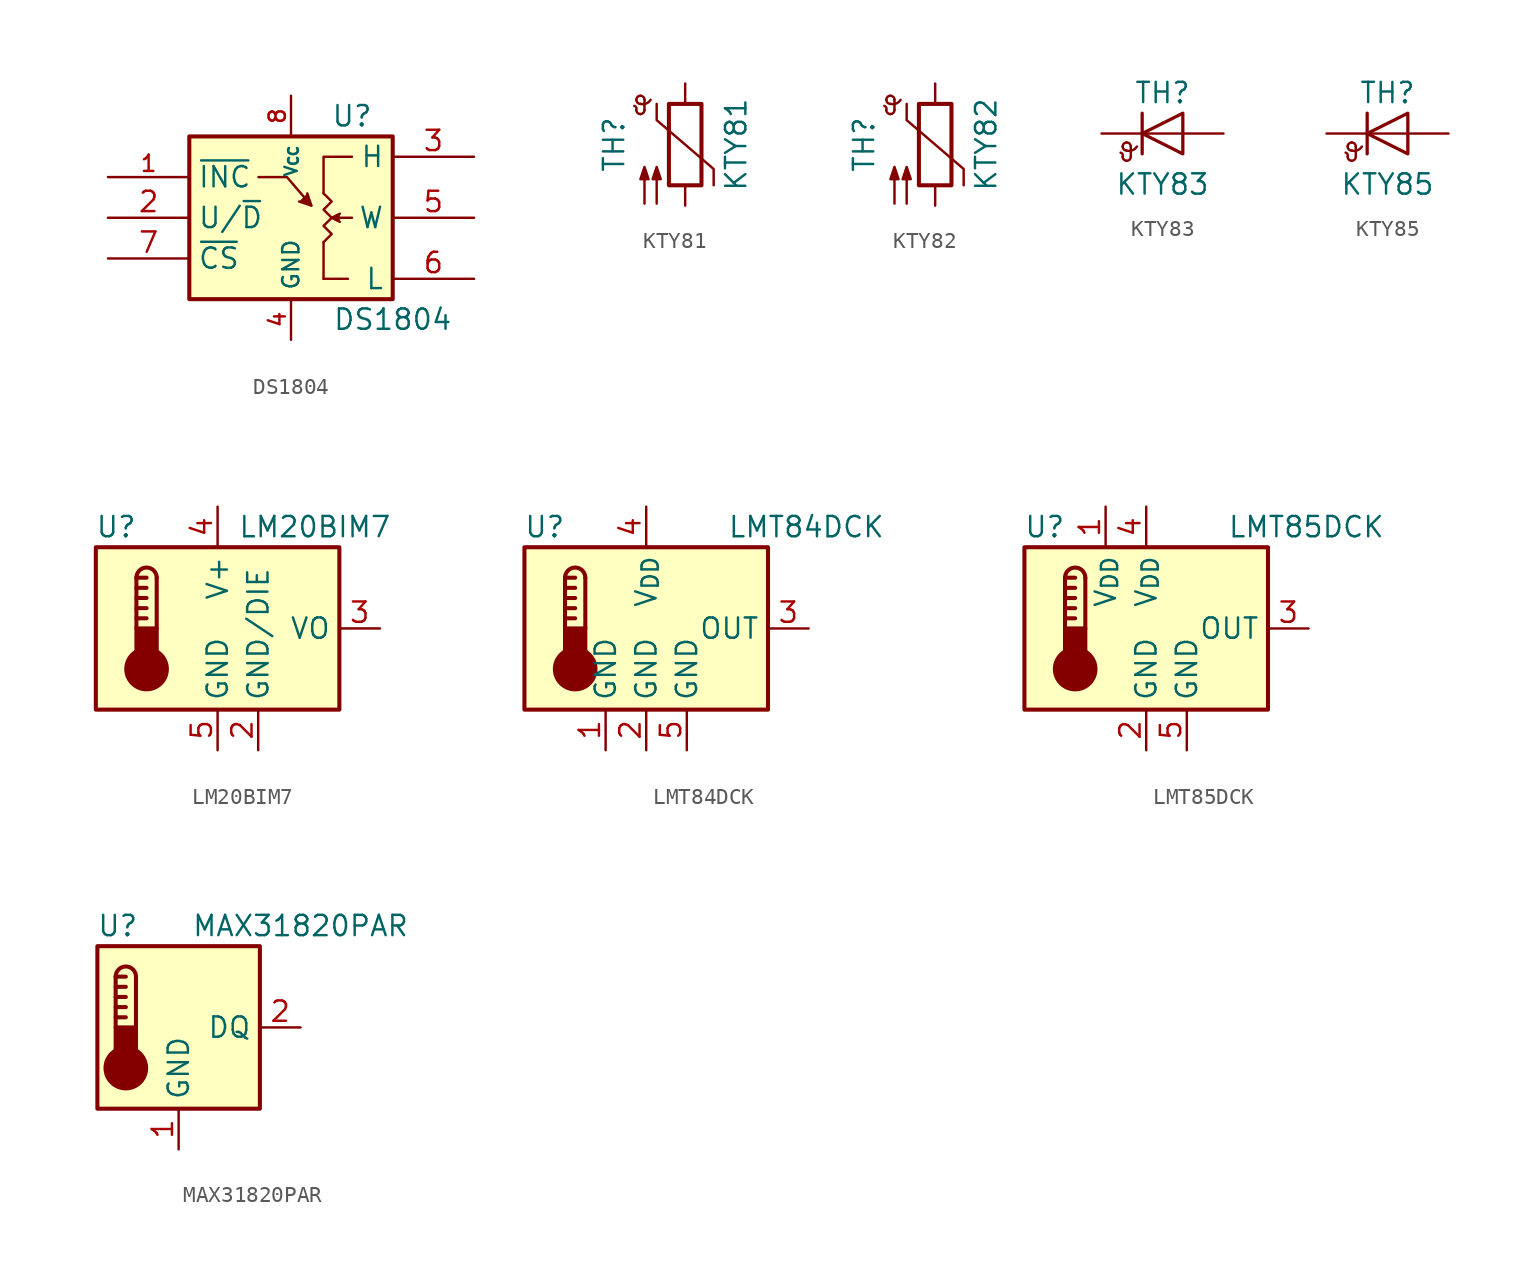
<source format=kicad_sym>
(kicad_symbol_lib
  (version 20241209)
  (generator "kicad_symbol_editor")
  (generator_version "9.0")
  (symbol "DS1804"
    (property "Reference" "U"
      (at 3.81 6.35 0)
      (effects (font (size 1.27 1.27))))
    (property "Value" "DS1804"
      (at 6.35 -6.35 0)
      (effects (font (size 1.27 1.27))))
    (symbol "DS1804_0_1"
      (rectangle (start -6.35 5.08) (end 6.35 -5.08) (stroke (width 0.254) (type default)) (fill (type background)))
      (polyline (pts (xy -2.032 2.54) (xy -0.254 2.54) (xy 1.27 0.762)) (stroke (width 0) (type default)) (fill (type none)))
      (polyline (pts (xy 1.016 1.524) (xy 1.27 0.762) (xy 0.508 1.016)) (stroke (width 0) (type default)) (fill (type outline)))
      (polyline (pts (xy 2.032 1.524) (xy 2.032 3.81) (xy 3.81 3.81)) (stroke (width 0) (type default)) (fill (type none)))
      (polyline (pts (xy 2.032 -1.524) (xy 2.032 -3.81)) (stroke (width 0) (type default)) (fill (type none)))
      (polyline (pts (xy 2.54 0) (xy 2.032 0.508) (xy 2.54 1.016) (xy 2.032 1.524)) (stroke (width 0) (type default)) (fill (type none)))
      (polyline (pts (xy 2.54 0) (xy 2.032 -0.508) (xy 2.54 -1.016) (xy 2.032 -1.524)) (stroke (width 0) (type default)) (fill (type none)))
      (polyline (pts (xy 3.048 -0.254) (xy 2.54 0) (xy 3.048 0.254)) (stroke (width 0) (type default)) (fill (type outline)))
      (polyline (pts (xy 3.556 -3.81) (xy 2.032 -3.81)) (stroke (width 0) (type default)) (fill (type none)))
      (polyline (pts (xy 3.81 0) (xy 3.048 0)) (stroke (width 0) (type default)) (fill (type none))))
    (symbol "DS1804_1_1"
      (pin input line (at -11.43 2.54 0) (length 5.08) (name "~{INC}" (effects (font (size 1.27 1.27)))) (number "1" (effects (font (size 1.016 1.016)))))
      (pin input line (at -11.43 0 0) (length 5.08) (name "U/~{D}" (effects (font (size 1.27 1.27)))) (number "2" (effects (font (size 1.27 1.27)))))
      (pin input line (at -11.43 -2.54 0) (length 5.08) (name "~{CS}" (effects (font (size 1.27 1.27)))) (number "7" (effects (font (size 1.27 1.27)))))
      (pin power_in line (at 0 7.62 270) (length 2.54) (name "V_{CC}" (effects (font (size 0.762 0.762)))) (number "8" (effects (font (size 1.016 1.016)))))
      (pin power_in line (at 0 -7.62 90) (length 2.54) (name "GND" (effects (font (size 1.016 1.016)))) (number "4" (effects (font (size 1.016 1.016)))))
      (pin passive line (at 11.43 3.81 180) (length 5.08) (name "H" (effects (font (size 1.27 1.27)))) (number "3" (effects (font (size 1.27 1.27)))))
      (pin passive line (at 11.43 0 180) (length 5.08) (name "W" (effects (font (size 1.27 1.27)))) (number "5" (effects (font (size 1.27 1.27)))))
      (pin passive line (at 11.43 -3.81 180) (length 5.08) (name "L" (effects (font (size 1.27 1.27)))) (number "6" (effects (font (size 1.27 1.27)))))))
  (symbol "KTY81"
    (pin_numbers
      (hide yes))
    (pin_names
      (offset 0))
    (property "Reference" "TH"
      (at -4.445 0 90)
      (effects (font (size 1.27 1.27))))
    (property "Value" "KTY81"
      (at 3.175 0 90)
      (effects (font (size 1.27 1.27))))
    (symbol "KTY81_0_1"
      (arc (start -3.175 2.413) (mid -3.0506 2.3165) (end -3.048 2.159) (stroke (width 0) (type default)) (fill (type none)))
      (arc (start -3.048 2.794) (mid -2.9736 2.9736) (end -2.794 3.048) (stroke (width 0) (type default)) (fill (type none)))
      (arc (start -2.794 3.048) (mid -2.6144 2.9736) (end -2.54 2.794) (stroke (width 0) (type default)) (fill (type none)))
      (arc (start -2.794 2.54) (mid -2.9736 2.6144) (end -3.048 2.794) (stroke (width 0) (type default)) (fill (type none)))
      (arc (start -2.794 1.905) (mid -2.9736 1.9794) (end -3.048 2.159) (stroke (width 0) (type default)) (fill (type none)))
      (arc (start -2.54 2.159) (mid -2.6144 1.9794) (end -2.794 1.905) (stroke (width 0) (type default)) (fill (type none)))
      (arc (start -2.159 2.794) (mid -2.434 2.5608) (end -2.794 2.54) (stroke (width 0) (type default)) (fill (type none)))
      (polyline (pts (xy -2.54 2.159) (xy -2.54 2.794)) (stroke (width 0) (type default)) (fill (type none)))
      (polyline (pts (xy -2.54 -3.683) (xy -2.54 -1.397) (xy -2.794 -2.159) (xy -2.286 -2.159) (xy -2.54 -1.397) (xy -2.54 -1.651)) (stroke (width 0) (type default)) (fill (type outline)))
      (polyline (pts (xy -1.778 2.54) (xy -1.778 1.524) (xy 1.778 -1.524) (xy 1.778 -2.54)) (stroke (width 0) (type default)) (fill (type none)))
      (polyline (pts (xy -1.778 -3.683) (xy -1.778 -1.397) (xy -2.032 -2.159) (xy -1.524 -2.159) (xy -1.778 -1.397) (xy -1.778 -1.651)) (stroke (width 0) (type default)) (fill (type outline)))
      (rectangle (start -1.016 2.54) (end 1.016 -2.54) (stroke (width 0.254) (type default)) (fill (type none))))
    (symbol "KTY81_1_1"
      (pin passive line (at 0 3.81 270) (length 1.27) (name "~" (effects (font (size 1.27 1.27)))) (number "1" (effects (font (size 1.27 1.27)))))
      (pin passive line (at 0 -3.81 90) (length 1.27) (name "~" (effects (font (size 1.27 1.27)))) (number "2" (effects (font (size 1.27 1.27)))))))
  (symbol "KTY82"
    (pin_numbers
      (hide yes))
    (pin_names
      (offset 0))
    (property "Reference" "TH"
      (at -4.445 0 90)
      (effects (font (size 1.27 1.27))))
    (property "Value" "KTY82"
      (at 3.175 0 90)
      (effects (font (size 1.27 1.27))))
    (symbol "KTY82_0_1"
      (arc (start -3.175 2.413) (mid -3.0506 2.3165) (end -3.048 2.159) (stroke (width 0) (type default)) (fill (type none)))
      (arc (start -3.048 2.794) (mid -2.9736 2.9736) (end -2.794 3.048) (stroke (width 0) (type default)) (fill (type none)))
      (arc (start -2.794 3.048) (mid -2.6144 2.9736) (end -2.54 2.794) (stroke (width 0) (type default)) (fill (type none)))
      (arc (start -2.794 2.54) (mid -2.9736 2.6144) (end -3.048 2.794) (stroke (width 0) (type default)) (fill (type none)))
      (arc (start -2.794 1.905) (mid -2.9736 1.9794) (end -3.048 2.159) (stroke (width 0) (type default)) (fill (type none)))
      (arc (start -2.54 2.159) (mid -2.6144 1.9794) (end -2.794 1.905) (stroke (width 0) (type default)) (fill (type none)))
      (arc (start -2.159 2.794) (mid -2.434 2.5608) (end -2.794 2.54) (stroke (width 0) (type default)) (fill (type none)))
      (polyline (pts (xy -2.54 2.159) (xy -2.54 2.794)) (stroke (width 0) (type default)) (fill (type none)))
      (polyline (pts (xy -2.54 -3.683) (xy -2.54 -1.397) (xy -2.794 -2.159) (xy -2.286 -2.159) (xy -2.54 -1.397) (xy -2.54 -1.651)) (stroke (width 0) (type default)) (fill (type outline)))
      (polyline (pts (xy -1.778 2.54) (xy -1.778 1.524) (xy 1.778 -1.524) (xy 1.778 -2.54)) (stroke (width 0) (type default)) (fill (type none)))
      (polyline (pts (xy -1.778 -3.683) (xy -1.778 -1.397) (xy -2.032 -2.159) (xy -1.524 -2.159) (xy -1.778 -1.397) (xy -1.778 -1.651)) (stroke (width 0) (type default)) (fill (type outline)))
      (rectangle (start -1.016 2.54) (end 1.016 -2.54) (stroke (width 0.254) (type default)) (fill (type none))))
    (symbol "KTY82_1_1"
      (pin passive line (at 0 3.81 270) (length 1.27) (name "~" (effects (font (size 1.27 1.27)))) (number "1" (effects (font (size 1.27 1.27)))))
      (pin passive line (at 0 -3.81 90) (length 1.27) (name "~" (effects (font (size 1.27 1.27)))) (number "2" (effects (font (size 1.27 1.27)))))))
  (symbol "KTY83"
    (pin_numbers
      (hide yes))
    (pin_names
      (offset 0)
      (hide yes))
    (property "Reference" "TH"
      (at 0 2.54 0)
      (effects (font (size 1.27 1.27))))
    (property "Value" "KTY83"
      (at 0 -3.175 0)
      (effects (font (size 1.27 1.27))))
    (symbol "KTY83_0_1"
      (arc (start -2.6162 -1.1938) (mid -2.4918 -1.2903) (end -2.4892 -1.4478) (stroke (width 0) (type default)) (fill (type none)))
      (arc (start -2.4892 -0.8128) (mid -2.4148 -0.6332) (end -2.2352 -0.5588) (stroke (width 0) (type default)) (fill (type none)))
      (arc (start -2.2352 -0.5588) (mid -2.0556 -0.6332) (end -1.9812 -0.8128) (stroke (width 0) (type default)) (fill (type none)))
      (arc (start -2.2352 -1.0668) (mid -2.4148 -0.9924) (end -2.4892 -0.8128) (stroke (width 0) (type default)) (fill (type none)))
      (arc (start -2.2352 -1.7018) (mid -2.4148 -1.6274) (end -2.4892 -1.4478) (stroke (width 0) (type default)) (fill (type none)))
      (arc (start -1.9812 -1.4478) (mid -2.0556 -1.6274) (end -2.2352 -1.7018) (stroke (width 0) (type default)) (fill (type none)))
      (arc (start -1.6002 -0.8128) (mid -1.8752 -1.046) (end -2.2352 -1.0668) (stroke (width 0) (type default)) (fill (type none)))
      (polyline (pts (xy -1.981 -1.422) (xy -1.981 -0.813)) (stroke (width 0) (type default)) (fill (type none)))
      (polyline (pts (xy -1.27 1.27) (xy -1.27 -1.27)) (stroke (width 0.203) (type default)) (fill (type none)))
      (polyline (pts (xy 1.27 0) (xy -1.27 0)) (stroke (width 0) (type default)) (fill (type none)))
      (polyline (pts (xy 1.27 -1.27) (xy 1.27 1.27) (xy -1.27 0) (xy 1.27 -1.27)) (stroke (width 0.203) (type default)) (fill (type none))))
    (symbol "KTY83_1_1"
      (pin passive line (at -3.81 0 0) (length 2.54) (name "K" (effects (font (size 1.27 1.27)))) (number "1" (effects (font (size 1.27 1.27)))))
      (pin passive line (at 3.81 0 180) (length 2.54) (name "A" (effects (font (size 1.27 1.27)))) (number "2" (effects (font (size 1.27 1.27)))))))
  (symbol "KTY85"
    (pin_numbers
      (hide yes))
    (pin_names
      (offset 0)
      (hide yes))
    (property "Reference" "TH"
      (at 0 2.54 0)
      (effects (font (size 1.27 1.27))))
    (property "Value" "KTY85"
      (at 0 -3.175 0)
      (effects (font (size 1.27 1.27))))
    (symbol "KTY85_0_1"
      (arc (start -2.6162 -1.1938) (mid -2.4918 -1.2903) (end -2.4892 -1.4478) (stroke (width 0) (type default)) (fill (type none)))
      (arc (start -2.4892 -0.8128) (mid -2.4148 -0.6332) (end -2.2352 -0.5588) (stroke (width 0) (type default)) (fill (type none)))
      (arc (start -2.2352 -0.5588) (mid -2.0556 -0.6332) (end -1.9812 -0.8128) (stroke (width 0) (type default)) (fill (type none)))
      (arc (start -2.2352 -1.0668) (mid -2.4148 -0.9924) (end -2.4892 -0.8128) (stroke (width 0) (type default)) (fill (type none)))
      (arc (start -2.2352 -1.7018) (mid -2.4148 -1.6274) (end -2.4892 -1.4478) (stroke (width 0) (type default)) (fill (type none)))
      (arc (start -1.9812 -1.4478) (mid -2.0556 -1.6274) (end -2.2352 -1.7018) (stroke (width 0) (type default)) (fill (type none)))
      (arc (start -1.6002 -0.8128) (mid -1.8752 -1.046) (end -2.2352 -1.0668) (stroke (width 0) (type default)) (fill (type none)))
      (polyline (pts (xy -1.981 -1.422) (xy -1.981 -0.813)) (stroke (width 0) (type default)) (fill (type none)))
      (polyline (pts (xy -1.27 1.27) (xy -1.27 -1.27)) (stroke (width 0.203) (type default)) (fill (type none)))
      (polyline (pts (xy 1.27 0) (xy -1.27 0)) (stroke (width 0) (type default)) (fill (type none)))
      (polyline (pts (xy 1.27 -1.27) (xy 1.27 1.27) (xy -1.27 0) (xy 1.27 -1.27)) (stroke (width 0.203) (type default)) (fill (type none))))
    (symbol "KTY85_1_1"
      (pin passive line (at -3.81 0 0) (length 2.54) (name "K" (effects (font (size 1.27 1.27)))) (number "1" (effects (font (size 1.27 1.27)))))
      (pin passive line (at 3.81 0 180) (length 2.54) (name "A" (effects (font (size 1.27 1.27)))) (number "2" (effects (font (size 1.27 1.27)))))))
  (symbol "LM20BIM7"
    (property "Reference" "U"
      (at -6.35 6.35 0)
      (effects (font (size 1.27 1.27))))
    (property "Value" "LM20BIM7"
      (at 1.27 6.35 0)
      (effects (font (size 1.27 1.27)) (justify left)))
    (symbol "LM20BIM7_0_1"
      (rectangle (start -7.62 5.08) (end 7.62 -5.08) (stroke (width 0.254) (type default)) (fill (type background)))
      (polyline (pts (xy -5.08 3.175) (xy -5.08 0)) (stroke (width 0.254) (type default)) (fill (type none)))
      (polyline (pts (xy -5.08 3.175) (xy -4.445 3.175)) (stroke (width 0.254) (type default)) (fill (type none)))
      (polyline (pts (xy -5.08 2.54) (xy -4.445 2.54)) (stroke (width 0.254) (type default)) (fill (type none)))
      (polyline (pts (xy -5.08 1.905) (xy -4.445 1.905)) (stroke (width 0.254) (type default)) (fill (type none)))
      (polyline (pts (xy -5.08 1.27) (xy -4.445 1.27)) (stroke (width 0.254) (type default)) (fill (type none)))
      (polyline (pts (xy -5.08 0.635) (xy -4.445 0.635)) (stroke (width 0.254) (type default)) (fill (type none)))
      (arc (start -5.08 3.175) (mid -4.445 3.8073) (end -3.81 3.175) (stroke (width 0.254) (type default)) (fill (type none)))
      (circle (center -4.445 -2.54) (radius 1.27) (stroke (width 0.254) (type default)) (fill (type outline)))
      (polyline (pts (xy -3.81 3.175) (xy -3.81 0)) (stroke (width 0.254) (type default)) (fill (type none)))
      (rectangle (start -3.81 -1.905) (end -5.08 0) (stroke (width 0.254) (type default)) (fill (type outline))))
    (symbol "LM20BIM7_1_1"
      (pin power_in line (at 0 7.62 270) (length 2.54) (name "V+" (effects (font (size 1.27 1.27)))) (number "4" (effects (font (size 1.27 1.27)))))
      (pin power_in line (at 0 -7.62 90) (length 2.54) (name "GND" (effects (font (size 1.27 1.27)))) (number "5" (effects (font (size 1.27 1.27)))))
      (pin passive line (at 2.54 -7.62 90) (length 2.54) (name "GND/DIE" (effects (font (size 1.27 1.27)))) (number "2" (effects (font (size 1.27 1.27)))))
      (pin no_connect line (at 5.08 -5.08 90) (length 2.54) (hide yes) (name "NC" (effects (font (size 1.27 1.27)))) (number "1" (effects (font (size 1.27 1.27)))))
      (pin output line (at 10.16 0 180) (length 2.54) (name "VO" (effects (font (size 1.27 1.27)))) (number "3" (effects (font (size 1.27 1.27)))))))
  (symbol "LMT84DCK"
    (property "Reference" "U"
      (at -6.35 6.35 0)
      (effects (font (size 1.27 1.27))))
    (property "Value" "LMT84DCK"
      (at 5.08 6.35 0)
      (effects (font (size 1.27 1.27)) (justify left)))
    (symbol "LMT84DCK_0_1"
      (rectangle (start -7.62 5.08) (end 7.62 -5.08) (stroke (width 0.254) (type default)) (fill (type background)))
      (polyline (pts (xy -5.08 3.175) (xy -5.08 0)) (stroke (width 0.254) (type default)) (fill (type none)))
      (polyline (pts (xy -5.08 3.175) (xy -4.445 3.175)) (stroke (width 0.254) (type default)) (fill (type none)))
      (polyline (pts (xy -5.08 2.54) (xy -4.445 2.54)) (stroke (width 0.254) (type default)) (fill (type none)))
      (polyline (pts (xy -5.08 1.905) (xy -4.445 1.905)) (stroke (width 0.254) (type default)) (fill (type none)))
      (polyline (pts (xy -5.08 1.27) (xy -4.445 1.27)) (stroke (width 0.254) (type default)) (fill (type none)))
      (polyline (pts (xy -5.08 0.635) (xy -4.445 0.635)) (stroke (width 0.254) (type default)) (fill (type none)))
      (arc (start -5.08 3.175) (mid -4.445 3.8073) (end -3.81 3.175) (stroke (width 0.254) (type default)) (fill (type none)))
      (circle (center -4.445 -2.54) (radius 1.27) (stroke (width 0.254) (type default)) (fill (type outline)))
      (polyline (pts (xy -3.81 3.175) (xy -3.81 0)) (stroke (width 0.254) (type default)) (fill (type none)))
      (rectangle (start -3.81 -1.905) (end -5.08 0) (stroke (width 0.254) (type default)) (fill (type outline))))
    (symbol "LMT84DCK_1_1"
      (pin power_in line (at -2.54 -7.62 90) (length 2.54) (name "GND" (effects (font (size 1.27 1.27)))) (number "1" (effects (font (size 1.27 1.27)))))
      (pin power_in line (at 0 7.62 270) (length 2.54) (name "V_{DD}" (effects (font (size 1.27 1.27)))) (number "4" (effects (font (size 1.27 1.27)))))
      (pin power_in line (at 0 -7.62 90) (length 2.54) (name "GND" (effects (font (size 1.27 1.27)))) (number "2" (effects (font (size 1.27 1.27)))))
      (pin power_in line (at 2.54 -7.62 90) (length 2.54) (name "GND" (effects (font (size 1.27 1.27)))) (number "5" (effects (font (size 1.27 1.27)))))
      (pin output line (at 10.16 0 180) (length 2.54) (name "OUT" (effects (font (size 1.27 1.27)))) (number "3" (effects (font (size 1.27 1.27)))))))
  (symbol "LMT85DCK"
    (property "Reference" "U"
      (at -6.35 6.35 0)
      (effects (font (size 1.27 1.27))))
    (property "Value" "LMT85DCK"
      (at 5.08 6.35 0)
      (effects (font (size 1.27 1.27)) (justify left)))
    (symbol "LMT85DCK_0_1"
      (rectangle (start -7.62 5.08) (end 7.62 -5.08) (stroke (width 0.254) (type default)) (fill (type background)))
      (polyline (pts (xy -5.08 3.175) (xy -5.08 0)) (stroke (width 0.254) (type default)) (fill (type none)))
      (polyline (pts (xy -5.08 3.175) (xy -4.445 3.175)) (stroke (width 0.254) (type default)) (fill (type none)))
      (polyline (pts (xy -5.08 2.54) (xy -4.445 2.54)) (stroke (width 0.254) (type default)) (fill (type none)))
      (polyline (pts (xy -5.08 1.905) (xy -4.445 1.905)) (stroke (width 0.254) (type default)) (fill (type none)))
      (polyline (pts (xy -5.08 1.27) (xy -4.445 1.27)) (stroke (width 0.254) (type default)) (fill (type none)))
      (polyline (pts (xy -5.08 0.635) (xy -4.445 0.635)) (stroke (width 0.254) (type default)) (fill (type none)))
      (arc (start -5.08 3.175) (mid -4.445 3.8073) (end -3.81 3.175) (stroke (width 0.254) (type default)) (fill (type none)))
      (circle (center -4.445 -2.54) (radius 1.27) (stroke (width 0.254) (type default)) (fill (type outline)))
      (polyline (pts (xy -3.81 3.175) (xy -3.81 0)) (stroke (width 0.254) (type default)) (fill (type none)))
      (rectangle (start -3.81 -1.905) (end -5.08 0) (stroke (width 0.254) (type default)) (fill (type outline))))
    (symbol "LMT85DCK_1_1"
      (pin power_in line (at -2.54 7.62 270) (length 2.54) (name "V_{DD}" (effects (font (size 1.27 1.27)))) (number "1" (effects (font (size 1.27 1.27)))))
      (pin power_in line (at 0 7.62 270) (length 2.54) (name "V_{DD}" (effects (font (size 1.27 1.27)))) (number "4" (effects (font (size 1.27 1.27)))))
      (pin power_in line (at 0 -7.62 90) (length 2.54) (name "GND" (effects (font (size 1.27 1.27)))) (number "2" (effects (font (size 1.27 1.27)))))
      (pin power_in line (at 2.54 -7.62 90) (length 2.54) (name "GND" (effects (font (size 1.27 1.27)))) (number "5" (effects (font (size 1.27 1.27)))))
      (pin output line (at 10.16 0 180) (length 2.54) (name "OUT" (effects (font (size 1.27 1.27)))) (number "3" (effects (font (size 1.27 1.27)))))))
  (symbol "MAX31820PAR"
    (property "Reference" "U"
      (at -3.81 6.35 0)
      (effects (font (size 1.27 1.27))))
    (property "Value" "MAX31820PAR"
      (at 7.62 6.35 0)
      (effects (font (size 1.27 1.27))))
    (symbol "MAX31820PAR_0_1"
      (rectangle (start -5.08 5.08) (end 5.08 -5.08) (stroke (width 0.254) (type default)) (fill (type background)))
      (polyline (pts (xy -3.937 3.175) (xy -3.937 0)) (stroke (width 0.254) (type default)) (fill (type none)))
      (polyline (pts (xy -3.937 3.175) (xy -3.302 3.175)) (stroke (width 0.254) (type default)) (fill (type none)))
      (polyline (pts (xy -3.937 2.54) (xy -3.302 2.54)) (stroke (width 0.254) (type default)) (fill (type none)))
      (polyline (pts (xy -3.937 1.905) (xy -3.302 1.905)) (stroke (width 0.254) (type default)) (fill (type none)))
      (polyline (pts (xy -3.937 1.27) (xy -3.302 1.27)) (stroke (width 0.254) (type default)) (fill (type none)))
      (polyline (pts (xy -3.937 0.635) (xy -3.302 0.635)) (stroke (width 0.254) (type default)) (fill (type none)))
      (arc (start -3.937 3.175) (mid -3.302 3.8073) (end -2.667 3.175) (stroke (width 0.254) (type default)) (fill (type none)))
      (circle (center -3.302 -2.54) (radius 1.27) (stroke (width 0.254) (type default)) (fill (type outline)))
      (polyline (pts (xy -2.667 3.175) (xy -2.667 0)) (stroke (width 0.254) (type default)) (fill (type none)))
      (rectangle (start -2.667 -1.905) (end -3.937 0) (stroke (width 0.254) (type default)) (fill (type outline))))
    (symbol "MAX31820PAR_1_1"
      (pin power_in line (at 0 -7.62 90) (length 2.54) (name "GND" (effects (font (size 1.27 1.27)))) (number "1" (effects (font (size 1.27 1.27)))))
      (pin no_connect line (at 5.08 2.54 180) (length 2.54) (hide yes) (name "NC" (effects (font (size 1.27 1.27)))) (number "3" (effects (font (size 1.27 1.27)))))
      (pin bidirectional line (at 7.62 0 180) (length 2.54) (name "DQ" (effects (font (size 1.27 1.27)))) (number "2" (effects (font (size 1.27 1.27))))))))
</source>
